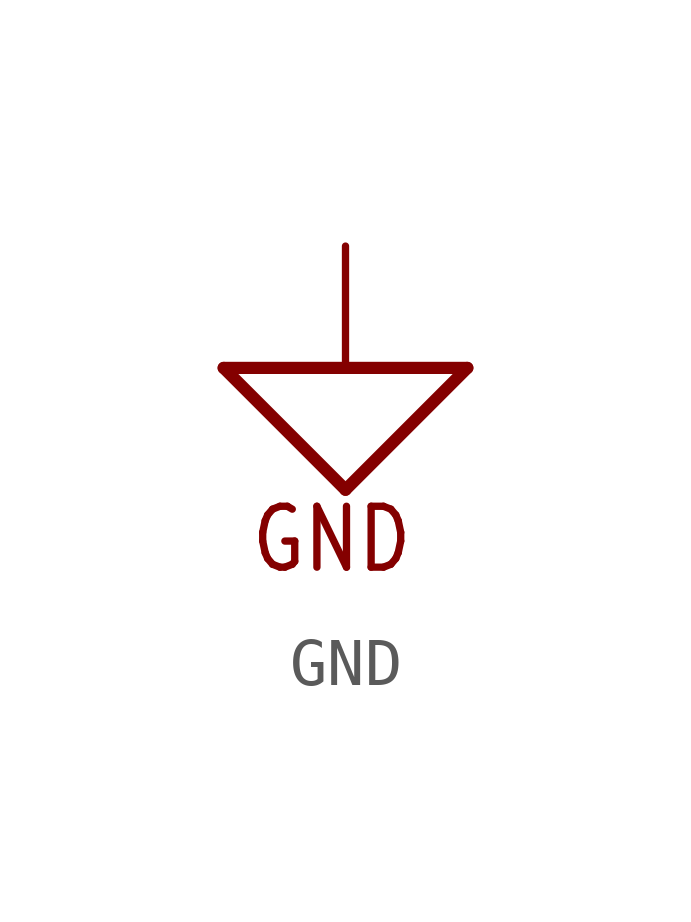
<source format=kicad_sym>
(kicad_symbol_lib
  (version 20220914)
  (generator kicad_symbol_editor)
  (symbol "GND"
    (power)
    (property "Reference" ""
      (at 0 0 0)
      (effects (font (size 1.27 1.27)) hide))
    (property "ki_locked" ""
      (at 0 0 0)
      (effects (font (size 1.27 1.27))))
    (symbol "GND_1_0"
      (polyline (pts (xy -2.54 0) (xy 2.54 0)) (stroke (width 0.254) (type solid)) (fill (type none)))
      (polyline (pts (xy 0 -2.54) (xy -2.54 0)) (stroke (width 0.254) (type solid)) (fill (type none)))
      (polyline (pts (xy 2.54 0) (xy 0 -2.54)) (stroke (width 0.254) (type solid)) (fill (type none)))
      (text "GND" (at -2.032 -4.318 0) (effects (font (size 1.27 1.079)) (justify left bottom)))
      (pin power_in line (at 0 2.54 270) (length 2.54) (name "GND" (effects (font (size 0 0)))) (number "1" (effects (font (size 0 0))))))))
</source>
